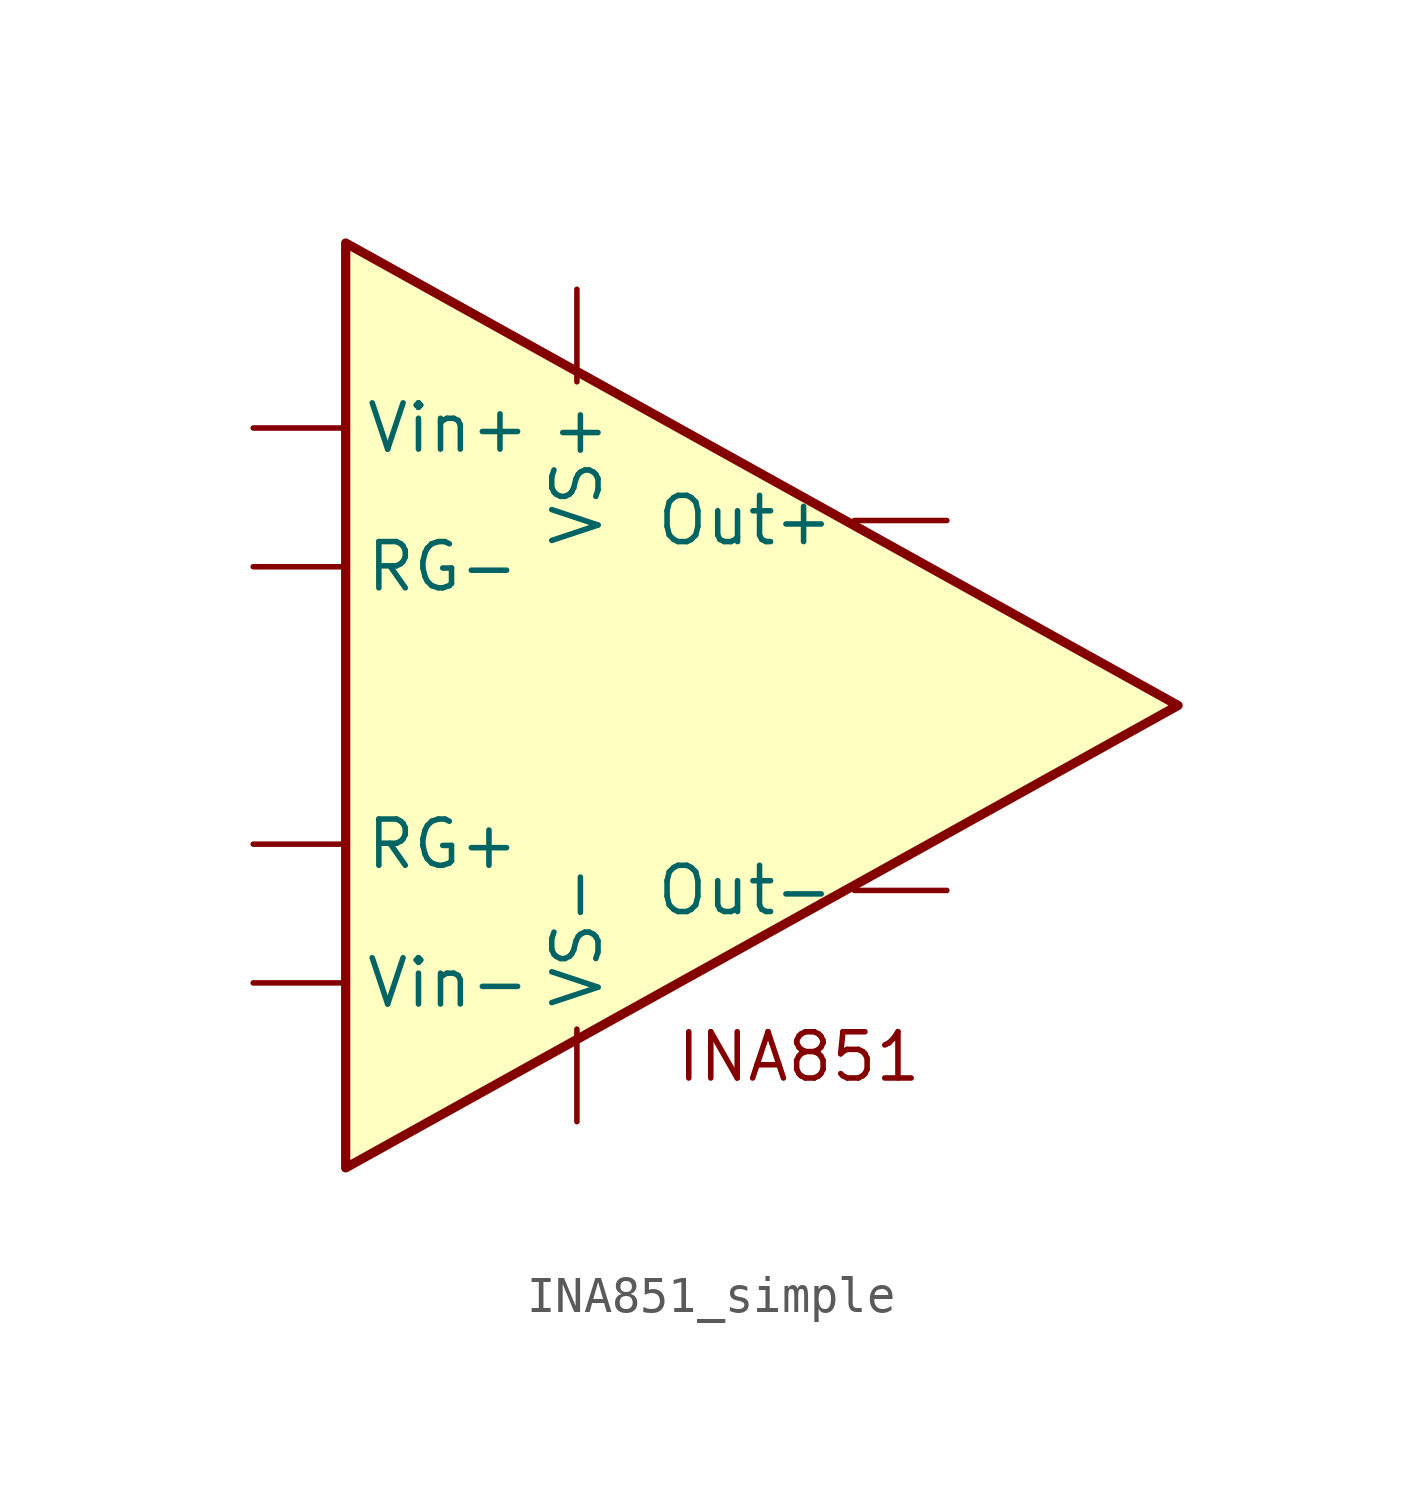
<source format=kicad_sym>
(kicad_symbol_lib
  (version 20241209)
  (generator "kicad_symbol_editor")
  (generator_version "9.0")
  (symbol "INA851_simple"
    (pin_numbers
      (hide yes))
    (property "Reference" "U"
      (at 0 -12.7 0)
      (effects (font (size 1.27 1.27)) (hide yes)))
    (property "Value" ""
      (at 0 0 0)
      (effects (font (size 1.27 1.27))))
    (symbol "INA851_simple_1_1"
      (polyline (pts (xy -6.35 12.7) (xy 16.51 0) (xy -6.35 -12.7) (xy -6.35 12.7)) (stroke (width 0.254) (type default)) (fill (type background)))
      (text "INA851" (at 6.096 -9.652 0) (effects (font (size 1.27 1.27))))
      (pin input line (at -8.89 7.62 0) (length 2.54) (name "Vin+" (effects (font (size 1.27 1.27)))) (number "3" (effects (font (size 1.27 1.27)))))
      (pin input line (at -8.89 3.81 0) (length 2.54) (name "RG-" (effects (font (size 1.27 1.27)))) (number "3" (effects (font (size 1.27 1.27)))))
      (pin input line (at -8.89 -3.81 0) (length 2.54) (name "RG+" (effects (font (size 1.27 1.27)))) (number "3" (effects (font (size 1.27 1.27)))))
      (pin input line (at -8.89 -7.62 0) (length 2.54) (name "Vin-" (effects (font (size 1.27 1.27)))) (number "2" (effects (font (size 1.27 1.27)))))
      (pin input line (at 0 11.43 270) (length 2.54) (name "VS+" (effects (font (size 1.27 1.27)))) (number "2" (effects (font (size 1.27 1.27)))))
      (pin input line (at 0 -11.43 90) (length 2.54) (name "VS-" (effects (font (size 1.27 1.27)))) (number "2" (effects (font (size 1.27 1.27)))))
      (pin output line (at 10.16 5.08 180) (length 2.54) (name "Out+" (effects (font (size 1.27 1.27)))) (number "1" (effects (font (size 1.27 1.27)))))
      (pin output line (at 10.16 -5.08 180) (length 2.54) (name "Out-" (effects (font (size 1.27 1.27)))) (number "1" (effects (font (size 1.27 1.27))))))))
</source>
